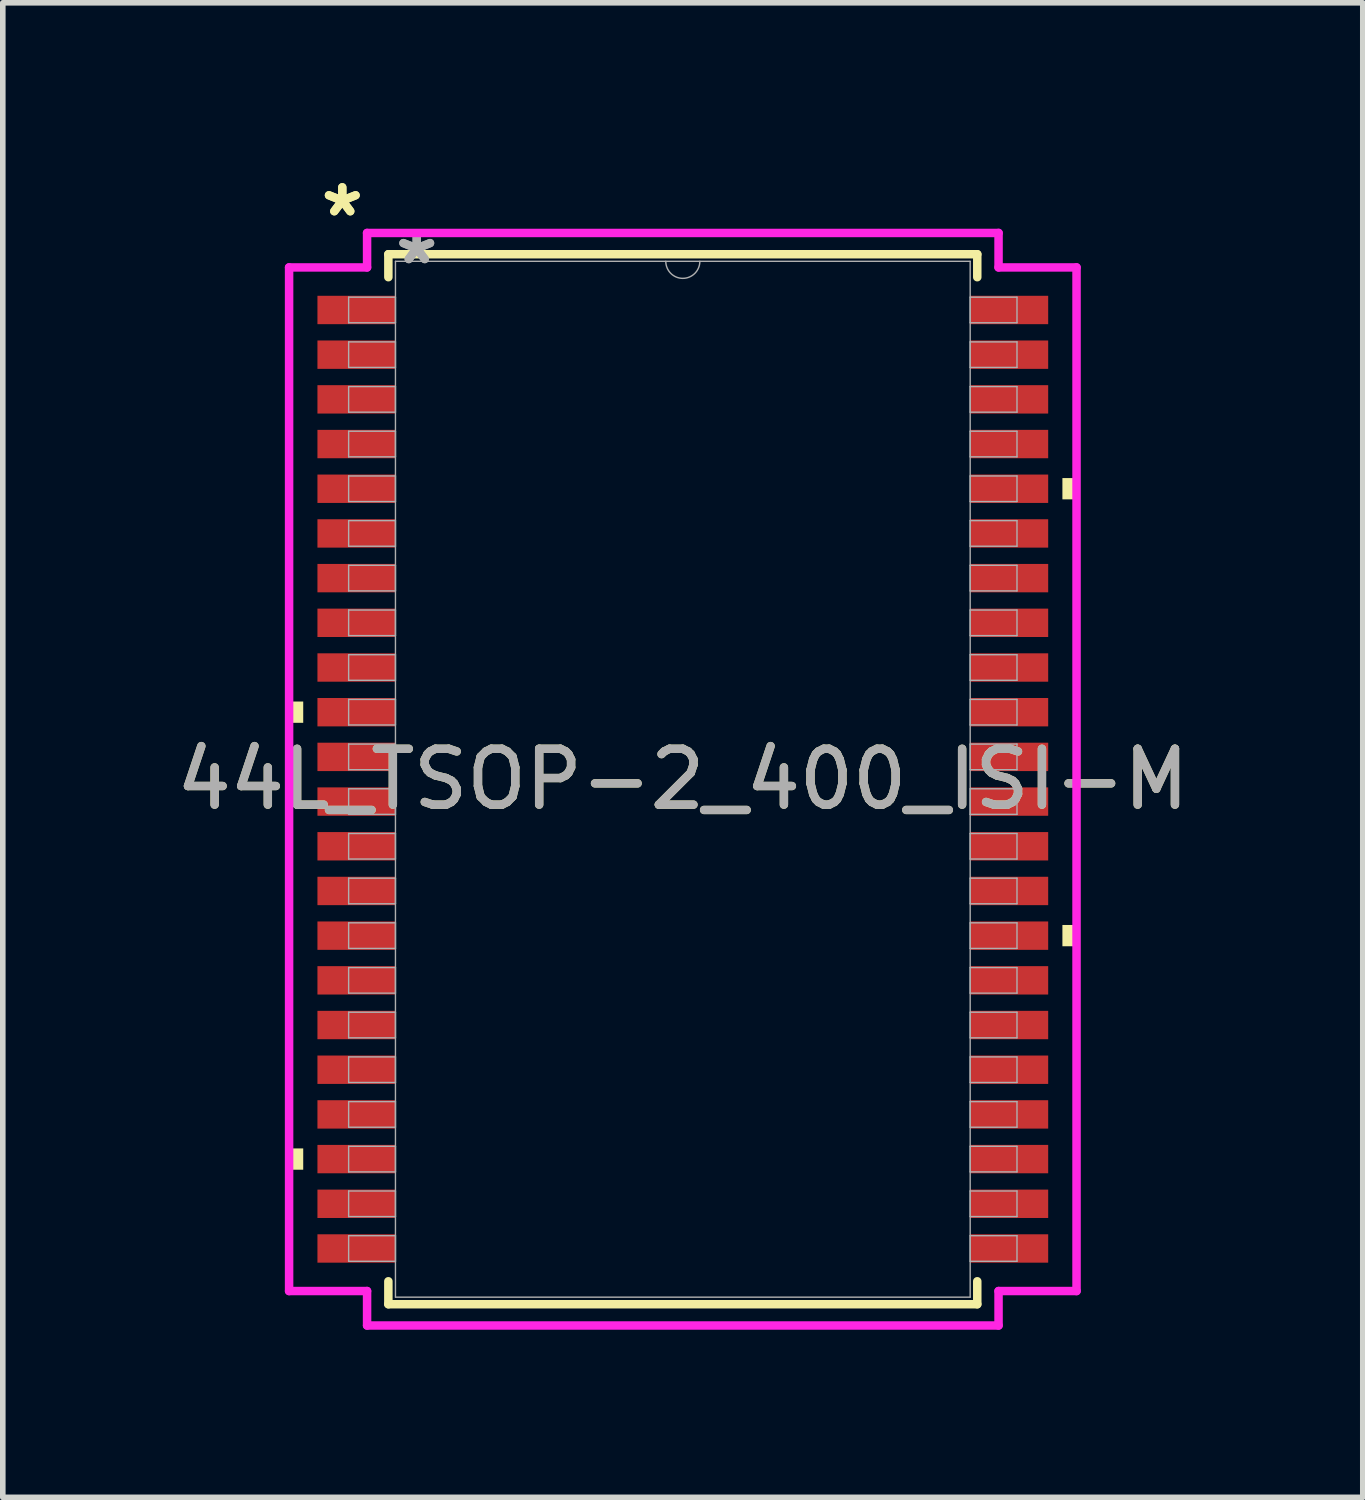
<source format=kicad_pcb>
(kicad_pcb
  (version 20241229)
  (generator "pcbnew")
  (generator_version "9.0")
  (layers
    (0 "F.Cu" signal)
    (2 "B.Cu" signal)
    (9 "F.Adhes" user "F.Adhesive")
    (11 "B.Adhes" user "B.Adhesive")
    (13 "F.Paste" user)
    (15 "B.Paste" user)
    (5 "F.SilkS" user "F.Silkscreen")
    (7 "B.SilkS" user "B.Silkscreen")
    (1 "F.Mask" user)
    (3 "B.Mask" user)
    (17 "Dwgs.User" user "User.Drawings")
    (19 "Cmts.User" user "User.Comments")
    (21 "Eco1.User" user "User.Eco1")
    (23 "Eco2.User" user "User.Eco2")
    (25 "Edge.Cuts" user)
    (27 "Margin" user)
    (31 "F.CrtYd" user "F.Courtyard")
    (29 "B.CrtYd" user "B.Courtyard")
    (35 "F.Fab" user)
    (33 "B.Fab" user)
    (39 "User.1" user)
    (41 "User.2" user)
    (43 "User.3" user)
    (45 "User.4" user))
  (footprint "44L_TSOP-2_400_ISI-M"
    (layer "F.Cu")
    (at 9.173 10.899)
    (property "Reference" "44L_TSOP-2_400_ISI-M" (at 0 0 0) (unlocked yes) (layer "F.SilkS") (effects (font (size 1 1) (thickness 0.15))))
    (attr smd)
    (fp_line (start -5.271 -9.398) (end -5.271 -8.987) (stroke (width 0.152) (type solid)) (layer "F.SilkS"))
    (fp_line (start -5.271 8.987) (end -5.271 9.398) (stroke (width 0.152) (type solid)) (layer "F.SilkS"))
    (fp_line (start -5.271 9.398) (end 5.271 9.398) (stroke (width 0.152) (type solid)) (layer "F.SilkS"))
    (fp_line (start 5.271 -9.398) (end -5.271 -9.398) (stroke (width 0.152) (type solid)) (layer "F.SilkS"))
    (fp_line (start 5.271 -8.987) (end 5.271 -9.398) (stroke (width 0.152) (type solid)) (layer "F.SilkS"))
    (fp_line (start 5.271 9.398) (end 5.271 8.987) (stroke (width 0.152) (type solid)) (layer "F.SilkS"))
    (fp_poly (pts (xy -7.048 -1.391) (xy -7.048 -1.01) (xy -6.795 -1.01) (xy -6.795 -1.391)) (stroke (width 0) (type solid)) (fill yes) (layer "F.SilkS"))
    (fp_poly (pts (xy -7.048 6.609) (xy -7.048 6.99) (xy -6.795 6.99) (xy -6.795 6.609)) (stroke (width 0) (type solid)) (fill yes) (layer "F.SilkS"))
    (fp_poly (pts (xy 7.048 -5.391) (xy 7.048 -5.01) (xy 6.795 -5.01) (xy 6.795 -5.391)) (stroke (width 0) (type solid)) (fill yes) (layer "F.SilkS"))
    (fp_poly (pts (xy 7.048 2.609) (xy 7.048 2.99) (xy 6.795 2.99) (xy 6.795 2.609)) (stroke (width 0) (type solid)) (fill yes) (layer "F.SilkS"))
    (fp_line (start -7.048 -9.162) (end -5.652 -9.162) (stroke (width 0.152) (type solid)) (layer "F.CrtYd"))
    (fp_line (start -7.048 9.162) (end -7.048 -9.162) (stroke (width 0.152) (type solid)) (layer "F.CrtYd"))
    (fp_line (start -7.048 9.162) (end -5.652 9.162) (stroke (width 0.152) (type solid)) (layer "F.CrtYd"))
    (fp_line (start -5.652 -9.779) (end 5.652 -9.779) (stroke (width 0.152) (type solid)) (layer "F.CrtYd"))
    (fp_line (start -5.652 -9.162) (end -5.652 -9.779) (stroke (width 0.152) (type solid)) (layer "F.CrtYd"))
    (fp_line (start -5.652 9.779) (end -5.652 9.162) (stroke (width 0.152) (type solid)) (layer "F.CrtYd"))
    (fp_line (start 5.652 -9.779) (end 5.652 -9.162) (stroke (width 0.152) (type solid)) (layer "F.CrtYd"))
    (fp_line (start 5.652 9.162) (end 5.652 9.779) (stroke (width 0.152) (type solid)) (layer "F.CrtYd"))
    (fp_line (start 5.652 9.779) (end -5.652 9.779) (stroke (width 0.152) (type solid)) (layer "F.CrtYd"))
    (fp_line (start 7.048 -9.162) (end 5.652 -9.162) (stroke (width 0.152) (type solid)) (layer "F.CrtYd"))
    (fp_line (start 7.048 -9.162) (end 7.048 9.162) (stroke (width 0.152) (type solid)) (layer "F.CrtYd"))
    (fp_line (start 7.048 9.162) (end 5.652 9.162) (stroke (width 0.152) (type solid)) (layer "F.CrtYd"))
    (fp_line (start -5.982 -8.629) (end -5.982 -8.171) (stroke (width 0.025) (type solid)) (layer "F.Fab"))
    (fp_line (start -5.982 -8.171) (end -5.144 -8.171) (stroke (width 0.025) (type solid)) (layer "F.Fab"))
    (fp_line (start -5.982 -7.829) (end -5.982 -7.371) (stroke (width 0.025) (type solid)) (layer "F.Fab"))
    (fp_line (start -5.982 -7.371) (end -5.144 -7.371) (stroke (width 0.025) (type solid)) (layer "F.Fab"))
    (fp_line (start -5.982 -7.029) (end -5.982 -6.571) (stroke (width 0.025) (type solid)) (layer "F.Fab"))
    (fp_line (start -5.982 -6.571) (end -5.144 -6.571) (stroke (width 0.025) (type solid)) (layer "F.Fab"))
    (fp_line (start -5.982 -6.229) (end -5.982 -5.771) (stroke (width 0.025) (type solid)) (layer "F.Fab"))
    (fp_line (start -5.982 -5.771) (end -5.144 -5.771) (stroke (width 0.025) (type solid)) (layer "F.Fab"))
    (fp_line (start -5.982 -5.429) (end -5.982 -4.971) (stroke (width 0.025) (type solid)) (layer "F.Fab"))
    (fp_line (start -5.982 -4.971) (end -5.144 -4.971) (stroke (width 0.025) (type solid)) (layer "F.Fab"))
    (fp_line (start -5.982 -4.629) (end -5.982 -4.171) (stroke (width 0.025) (type solid)) (layer "F.Fab"))
    (fp_line (start -5.982 -4.171) (end -5.144 -4.171) (stroke (width 0.025) (type solid)) (layer "F.Fab"))
    (fp_line (start -5.982 -3.829) (end -5.982 -3.371) (stroke (width 0.025) (type solid)) (layer "F.Fab"))
    (fp_line (start -5.982 -3.371) (end -5.144 -3.371) (stroke (width 0.025) (type solid)) (layer "F.Fab"))
    (fp_line (start -5.982 -3.029) (end -5.982 -2.571) (stroke (width 0.025) (type solid)) (layer "F.Fab"))
    (fp_line (start -5.982 -2.571) (end -5.144 -2.571) (stroke (width 0.025) (type solid)) (layer "F.Fab"))
    (fp_line (start -5.982 -2.229) (end -5.982 -1.771) (stroke (width 0.025) (type solid)) (layer "F.Fab"))
    (fp_line (start -5.982 -1.771) (end -5.144 -1.771) (stroke (width 0.025) (type solid)) (layer "F.Fab"))
    (fp_line (start -5.982 -1.429) (end -5.982 -0.971) (stroke (width 0.025) (type solid)) (layer "F.Fab"))
    (fp_line (start -5.982 -0.971) (end -5.144 -0.971) (stroke (width 0.025) (type solid)) (layer "F.Fab"))
    (fp_line (start -5.982 -0.629) (end -5.982 -0.171) (stroke (width 0.025) (type solid)) (layer "F.Fab"))
    (fp_line (start -5.982 -0.171) (end -5.144 -0.171) (stroke (width 0.025) (type solid)) (layer "F.Fab"))
    (fp_line (start -5.982 0.171) (end -5.982 0.629) (stroke (width 0.025) (type solid)) (layer "F.Fab"))
    (fp_line (start -5.982 0.629) (end -5.144 0.629) (stroke (width 0.025) (type solid)) (layer "F.Fab"))
    (fp_line (start -5.982 0.971) (end -5.982 1.429) (stroke (width 0.025) (type solid)) (layer "F.Fab"))
    (fp_line (start -5.982 1.429) (end -5.144 1.429) (stroke (width 0.025) (type solid)) (layer "F.Fab"))
    (fp_line (start -5.982 1.771) (end -5.982 2.229) (stroke (width 0.025) (type solid)) (layer "F.Fab"))
    (fp_line (start -5.982 2.229) (end -5.144 2.229) (stroke (width 0.025) (type solid)) (layer "F.Fab"))
    (fp_line (start -5.982 2.571) (end -5.982 3.029) (stroke (width 0.025) (type solid)) (layer "F.Fab"))
    (fp_line (start -5.982 3.029) (end -5.144 3.029) (stroke (width 0.025) (type solid)) (layer "F.Fab"))
    (fp_line (start -5.982 3.371) (end -5.982 3.829) (stroke (width 0.025) (type solid)) (layer "F.Fab"))
    (fp_line (start -5.982 3.829) (end -5.144 3.829) (stroke (width 0.025) (type solid)) (layer "F.Fab"))
    (fp_line (start -5.982 4.171) (end -5.982 4.629) (stroke (width 0.025) (type solid)) (layer "F.Fab"))
    (fp_line (start -5.982 4.629) (end -5.144 4.629) (stroke (width 0.025) (type solid)) (layer "F.Fab"))
    (fp_line (start -5.982 4.971) (end -5.982 5.429) (stroke (width 0.025) (type solid)) (layer "F.Fab"))
    (fp_line (start -5.982 5.429) (end -5.144 5.429) (stroke (width 0.025) (type solid)) (layer "F.Fab"))
    (fp_line (start -5.982 5.771) (end -5.982 6.229) (stroke (width 0.025) (type solid)) (layer "F.Fab"))
    (fp_line (start -5.982 6.229) (end -5.144 6.229) (stroke (width 0.025) (type solid)) (layer "F.Fab"))
    (fp_line (start -5.982 6.571) (end -5.982 7.029) (stroke (width 0.025) (type solid)) (layer "F.Fab"))
    (fp_line (start -5.982 7.029) (end -5.144 7.029) (stroke (width 0.025) (type solid)) (layer "F.Fab"))
    (fp_line (start -5.982 7.371) (end -5.982 7.829) (stroke (width 0.025) (type solid)) (layer "F.Fab"))
    (fp_line (start -5.982 7.829) (end -5.144 7.829) (stroke (width 0.025) (type solid)) (layer "F.Fab"))
    (fp_line (start -5.982 8.171) (end -5.982 8.629) (stroke (width 0.025) (type solid)) (layer "F.Fab"))
    (fp_line (start -5.982 8.629) (end -5.144 8.629) (stroke (width 0.025) (type solid)) (layer "F.Fab"))
    (fp_line (start -5.144 -9.271) (end -5.144 9.271) (stroke (width 0.025) (type solid)) (layer "F.Fab"))
    (fp_line (start -5.144 -8.629) (end -5.982 -8.629) (stroke (width 0.025) (type solid)) (layer "F.Fab"))
    (fp_line (start -5.144 -8.171) (end -5.144 -8.629) (stroke (width 0.025) (type solid)) (layer "F.Fab"))
    (fp_line (start -5.144 -7.829) (end -5.982 -7.829) (stroke (width 0.025) (type solid)) (layer "F.Fab"))
    (fp_line (start -5.144 -7.371) (end -5.144 -7.829) (stroke (width 0.025) (type solid)) (layer "F.Fab"))
    (fp_line (start -5.144 -7.029) (end -5.982 -7.029) (stroke (width 0.025) (type solid)) (layer "F.Fab"))
    (fp_line (start -5.144 -6.571) (end -5.144 -7.029) (stroke (width 0.025) (type solid)) (layer "F.Fab"))
    (fp_line (start -5.144 -6.229) (end -5.982 -6.229) (stroke (width 0.025) (type solid)) (layer "F.Fab"))
    (fp_line (start -5.144 -5.771) (end -5.144 -6.229) (stroke (width 0.025) (type solid)) (layer "F.Fab"))
    (fp_line (start -5.144 -5.429) (end -5.982 -5.429) (stroke (width 0.025) (type solid)) (layer "F.Fab"))
    (fp_line (start -5.144 -4.971) (end -5.144 -5.429) (stroke (width 0.025) (type solid)) (layer "F.Fab"))
    (fp_line (start -5.144 -4.629) (end -5.982 -4.629) (stroke (width 0.025) (type solid)) (layer "F.Fab"))
    (fp_line (start -5.144 -4.171) (end -5.144 -4.629) (stroke (width 0.025) (type solid)) (layer "F.Fab"))
    (fp_line (start -5.144 -3.829) (end -5.982 -3.829) (stroke (width 0.025) (type solid)) (layer "F.Fab"))
    (fp_line (start -5.144 -3.371) (end -5.144 -3.829) (stroke (width 0.025) (type solid)) (layer "F.Fab"))
    (fp_line (start -5.144 -3.029) (end -5.982 -3.029) (stroke (width 0.025) (type solid)) (layer "F.Fab"))
    (fp_line (start -5.144 -2.571) (end -5.144 -3.029) (stroke (width 0.025) (type solid)) (layer "F.Fab"))
    (fp_line (start -5.144 -2.229) (end -5.982 -2.229) (stroke (width 0.025) (type solid)) (layer "F.Fab"))
    (fp_line (start -5.144 -1.771) (end -5.144 -2.229) (stroke (width 0.025) (type solid)) (layer "F.Fab"))
    (fp_line (start -5.144 -1.429) (end -5.982 -1.429) (stroke (width 0.025) (type solid)) (layer "F.Fab"))
    (fp_line (start -5.144 -0.971) (end -5.144 -1.429) (stroke (width 0.025) (type solid)) (layer "F.Fab"))
    (fp_line (start -5.144 -0.629) (end -5.982 -0.629) (stroke (width 0.025) (type solid)) (layer "F.Fab"))
    (fp_line (start -5.144 -0.171) (end -5.144 -0.629) (stroke (width 0.025) (type solid)) (layer "F.Fab"))
    (fp_line (start -5.144 0.171) (end -5.982 0.171) (stroke (width 0.025) (type solid)) (layer "F.Fab"))
    (fp_line (start -5.144 0.629) (end -5.144 0.171) (stroke (width 0.025) (type solid)) (layer "F.Fab"))
    (fp_line (start -5.144 0.971) (end -5.982 0.971) (stroke (width 0.025) (type solid)) (layer "F.Fab"))
    (fp_line (start -5.144 1.429) (end -5.144 0.971) (stroke (width 0.025) (type solid)) (layer "F.Fab"))
    (fp_line (start -5.144 1.771) (end -5.982 1.771) (stroke (width 0.025) (type solid)) (layer "F.Fab"))
    (fp_line (start -5.144 2.229) (end -5.144 1.771) (stroke (width 0.025) (type solid)) (layer "F.Fab"))
    (fp_line (start -5.144 2.571) (end -5.982 2.571) (stroke (width 0.025) (type solid)) (layer "F.Fab"))
    (fp_line (start -5.144 3.029) (end -5.144 2.571) (stroke (width 0.025) (type solid)) (layer "F.Fab"))
    (fp_line (start -5.144 3.371) (end -5.982 3.371) (stroke (width 0.025) (type solid)) (layer "F.Fab"))
    (fp_line (start -5.144 3.829) (end -5.144 3.371) (stroke (width 0.025) (type solid)) (layer "F.Fab"))
    (fp_line (start -5.144 4.171) (end -5.982 4.171) (stroke (width 0.025) (type solid)) (layer "F.Fab"))
    (fp_line (start -5.144 4.629) (end -5.144 4.171) (stroke (width 0.025) (type solid)) (layer "F.Fab"))
    (fp_line (start -5.144 4.971) (end -5.982 4.971) (stroke (width 0.025) (type solid)) (layer "F.Fab"))
    (fp_line (start -5.144 5.429) (end -5.144 4.971) (stroke (width 0.025) (type solid)) (layer "F.Fab"))
    (fp_line (start -5.144 5.771) (end -5.982 5.771) (stroke (width 0.025) (type solid)) (layer "F.Fab"))
    (fp_line (start -5.144 6.229) (end -5.144 5.771) (stroke (width 0.025) (type solid)) (layer "F.Fab"))
    (fp_line (start -5.144 6.571) (end -5.982 6.571) (stroke (width 0.025) (type solid)) (layer "F.Fab"))
    (fp_line (start -5.144 7.029) (end -5.144 6.571) (stroke (width 0.025) (type solid)) (layer "F.Fab"))
    (fp_line (start -5.144 7.371) (end -5.982 7.371) (stroke (width 0.025) (type solid)) (layer "F.Fab"))
    (fp_line (start -5.144 7.829) (end -5.144 7.371) (stroke (width 0.025) (type solid)) (layer "F.Fab"))
    (fp_line (start -5.144 8.171) (end -5.982 8.171) (stroke (width 0.025) (type solid)) (layer "F.Fab"))
    (fp_line (start -5.144 8.629) (end -5.144 8.171) (stroke (width 0.025) (type solid)) (layer "F.Fab"))
    (fp_line (start -5.144 9.271) (end 5.144 9.271) (stroke (width 0.025) (type solid)) (layer "F.Fab"))
    (fp_line (start 5.144 -9.271) (end -5.144 -9.271) (stroke (width 0.025) (type solid)) (layer "F.Fab"))
    (fp_line (start 5.144 -8.629) (end 5.144 -8.171) (stroke (width 0.025) (type solid)) (layer "F.Fab"))
    (fp_line (start 5.144 -8.171) (end 5.982 -8.171) (stroke (width 0.025) (type solid)) (layer "F.Fab"))
    (fp_line (start 5.144 -7.829) (end 5.144 -7.371) (stroke (width 0.025) (type solid)) (layer "F.Fab"))
    (fp_line (start 5.144 -7.371) (end 5.982 -7.371) (stroke (width 0.025) (type solid)) (layer "F.Fab"))
    (fp_line (start 5.144 -7.029) (end 5.144 -6.571) (stroke (width 0.025) (type solid)) (layer "F.Fab"))
    (fp_line (start 5.144 -6.571) (end 5.982 -6.571) (stroke (width 0.025) (type solid)) (layer "F.Fab"))
    (fp_line (start 5.144 -6.229) (end 5.144 -5.771) (stroke (width 0.025) (type solid)) (layer "F.Fab"))
    (fp_line (start 5.144 -5.771) (end 5.982 -5.771) (stroke (width 0.025) (type solid)) (layer "F.Fab"))
    (fp_line (start 5.144 -5.429) (end 5.144 -4.971) (stroke (width 0.025) (type solid)) (layer "F.Fab"))
    (fp_line (start 5.144 -4.971) (end 5.982 -4.971) (stroke (width 0.025) (type solid)) (layer "F.Fab"))
    (fp_line (start 5.144 -4.629) (end 5.144 -4.171) (stroke (width 0.025) (type solid)) (layer "F.Fab"))
    (fp_line (start 5.144 -4.171) (end 5.982 -4.171) (stroke (width 0.025) (type solid)) (layer "F.Fab"))
    (fp_line (start 5.144 -3.829) (end 5.144 -3.371) (stroke (width 0.025) (type solid)) (layer "F.Fab"))
    (fp_line (start 5.144 -3.371) (end 5.982 -3.371) (stroke (width 0.025) (type solid)) (layer "F.Fab"))
    (fp_line (start 5.144 -3.029) (end 5.144 -2.571) (stroke (width 0.025) (type solid)) (layer "F.Fab"))
    (fp_line (start 5.144 -2.571) (end 5.982 -2.571) (stroke (width 0.025) (type solid)) (layer "F.Fab"))
    (fp_line (start 5.144 -2.229) (end 5.144 -1.771) (stroke (width 0.025) (type solid)) (layer "F.Fab"))
    (fp_line (start 5.144 -1.771) (end 5.982 -1.771) (stroke (width 0.025) (type solid)) (layer "F.Fab"))
    (fp_line (start 5.144 -1.429) (end 5.144 -0.971) (stroke (width 0.025) (type solid)) (layer "F.Fab"))
    (fp_line (start 5.144 -0.971) (end 5.982 -0.971) (stroke (width 0.025) (type solid)) (layer "F.Fab"))
    (fp_line (start 5.144 -0.629) (end 5.144 -0.171) (stroke (width 0.025) (type solid)) (layer "F.Fab"))
    (fp_line (start 5.144 -0.171) (end 5.982 -0.171) (stroke (width 0.025) (type solid)) (layer "F.Fab"))
    (fp_line (start 5.144 0.171) (end 5.144 0.629) (stroke (width 0.025) (type solid)) (layer "F.Fab"))
    (fp_line (start 5.144 0.629) (end 5.982 0.629) (stroke (width 0.025) (type solid)) (layer "F.Fab"))
    (fp_line (start 5.144 0.971) (end 5.144 1.429) (stroke (width 0.025) (type solid)) (layer "F.Fab"))
    (fp_line (start 5.144 1.429) (end 5.982 1.429) (stroke (width 0.025) (type solid)) (layer "F.Fab"))
    (fp_line (start 5.144 1.771) (end 5.144 2.229) (stroke (width 0.025) (type solid)) (layer "F.Fab"))
    (fp_line (start 5.144 2.229) (end 5.982 2.229) (stroke (width 0.025) (type solid)) (layer "F.Fab"))
    (fp_line (start 5.144 2.571) (end 5.144 3.029) (stroke (width 0.025) (type solid)) (layer "F.Fab"))
    (fp_line (start 5.144 3.029) (end 5.982 3.029) (stroke (width 0.025) (type solid)) (layer "F.Fab"))
    (fp_line (start 5.144 3.371) (end 5.144 3.829) (stroke (width 0.025) (type solid)) (layer "F.Fab"))
    (fp_line (start 5.144 3.829) (end 5.982 3.829) (stroke (width 0.025) (type solid)) (layer "F.Fab"))
    (fp_line (start 5.144 4.171) (end 5.144 4.629) (stroke (width 0.025) (type solid)) (layer "F.Fab"))
    (fp_line (start 5.144 4.629) (end 5.982 4.629) (stroke (width 0.025) (type solid)) (layer "F.Fab"))
    (fp_line (start 5.144 4.971) (end 5.144 5.429) (stroke (width 0.025) (type solid)) (layer "F.Fab"))
    (fp_line (start 5.144 5.429) (end 5.982 5.429) (stroke (width 0.025) (type solid)) (layer "F.Fab"))
    (fp_line (start 5.144 5.771) (end 5.144 6.229) (stroke (width 0.025) (type solid)) (layer "F.Fab"))
    (fp_line (start 5.144 6.229) (end 5.982 6.229) (stroke (width 0.025) (type solid)) (layer "F.Fab"))
    (fp_line (start 5.144 6.571) (end 5.144 7.029) (stroke (width 0.025) (type solid)) (layer "F.Fab"))
    (fp_line (start 5.144 7.029) (end 5.982 7.029) (stroke (width 0.025) (type solid)) (layer "F.Fab"))
    (fp_line (start 5.144 7.371) (end 5.144 7.829) (stroke (width 0.025) (type solid)) (layer "F.Fab"))
    (fp_line (start 5.144 7.829) (end 5.982 7.829) (stroke (width 0.025) (type solid)) (layer "F.Fab"))
    (fp_line (start 5.144 8.171) (end 5.144 8.629) (stroke (width 0.025) (type solid)) (layer "F.Fab"))
    (fp_line (start 5.144 8.629) (end 5.982 8.629) (stroke (width 0.025) (type solid)) (layer "F.Fab"))
    (fp_line (start 5.144 9.271) (end 5.144 -9.271) (stroke (width 0.025) (type solid)) (layer "F.Fab"))
    (fp_line (start 5.982 -8.629) (end 5.144 -8.629) (stroke (width 0.025) (type solid)) (layer "F.Fab"))
    (fp_line (start 5.982 -8.171) (end 5.982 -8.629) (stroke (width 0.025) (type solid)) (layer "F.Fab"))
    (fp_line (start 5.982 -7.829) (end 5.144 -7.829) (stroke (width 0.025) (type solid)) (layer "F.Fab"))
    (fp_line (start 5.982 -7.371) (end 5.982 -7.829) (stroke (width 0.025) (type solid)) (layer "F.Fab"))
    (fp_line (start 5.982 -7.029) (end 5.144 -7.029) (stroke (width 0.025) (type solid)) (layer "F.Fab"))
    (fp_line (start 5.982 -6.571) (end 5.982 -7.029) (stroke (width 0.025) (type solid)) (layer "F.Fab"))
    (fp_line (start 5.982 -6.229) (end 5.144 -6.229) (stroke (width 0.025) (type solid)) (layer "F.Fab"))
    (fp_line (start 5.982 -5.771) (end 5.982 -6.229) (stroke (width 0.025) (type solid)) (layer "F.Fab"))
    (fp_line (start 5.982 -5.429) (end 5.144 -5.429) (stroke (width 0.025) (type solid)) (layer "F.Fab"))
    (fp_line (start 5.982 -4.971) (end 5.982 -5.429) (stroke (width 0.025) (type solid)) (layer "F.Fab"))
    (fp_line (start 5.982 -4.629) (end 5.144 -4.629) (stroke (width 0.025) (type solid)) (layer "F.Fab"))
    (fp_line (start 5.982 -4.171) (end 5.982 -4.629) (stroke (width 0.025) (type solid)) (layer "F.Fab"))
    (fp_line (start 5.982 -3.829) (end 5.144 -3.829) (stroke (width 0.025) (type solid)) (layer "F.Fab"))
    (fp_line (start 5.982 -3.371) (end 5.982 -3.829) (stroke (width 0.025) (type solid)) (layer "F.Fab"))
    (fp_line (start 5.982 -3.029) (end 5.144 -3.029) (stroke (width 0.025) (type solid)) (layer "F.Fab"))
    (fp_line (start 5.982 -2.571) (end 5.982 -3.029) (stroke (width 0.025) (type solid)) (layer "F.Fab"))
    (fp_line (start 5.982 -2.229) (end 5.144 -2.229) (stroke (width 0.025) (type solid)) (layer "F.Fab"))
    (fp_line (start 5.982 -1.771) (end 5.982 -2.229) (stroke (width 0.025) (type solid)) (layer "F.Fab"))
    (fp_line (start 5.982 -1.429) (end 5.144 -1.429) (stroke (width 0.025) (type solid)) (layer "F.Fab"))
    (fp_line (start 5.982 -0.971) (end 5.982 -1.429) (stroke (width 0.025) (type solid)) (layer "F.Fab"))
    (fp_line (start 5.982 -0.629) (end 5.144 -0.629) (stroke (width 0.025) (type solid)) (layer "F.Fab"))
    (fp_line (start 5.982 -0.171) (end 5.982 -0.629) (stroke (width 0.025) (type solid)) (layer "F.Fab"))
    (fp_line (start 5.982 0.171) (end 5.144 0.171) (stroke (width 0.025) (type solid)) (layer "F.Fab"))
    (fp_line (start 5.982 0.629) (end 5.982 0.171) (stroke (width 0.025) (type solid)) (layer "F.Fab"))
    (fp_line (start 5.982 0.971) (end 5.144 0.971) (stroke (width 0.025) (type solid)) (layer "F.Fab"))
    (fp_line (start 5.982 1.429) (end 5.982 0.971) (stroke (width 0.025) (type solid)) (layer "F.Fab"))
    (fp_line (start 5.982 1.771) (end 5.144 1.771) (stroke (width 0.025) (type solid)) (layer "F.Fab"))
    (fp_line (start 5.982 2.229) (end 5.982 1.771) (stroke (width 0.025) (type solid)) (layer "F.Fab"))
    (fp_line (start 5.982 2.571) (end 5.144 2.571) (stroke (width 0.025) (type solid)) (layer "F.Fab"))
    (fp_line (start 5.982 3.029) (end 5.982 2.571) (stroke (width 0.025) (type solid)) (layer "F.Fab"))
    (fp_line (start 5.982 3.371) (end 5.144 3.371) (stroke (width 0.025) (type solid)) (layer "F.Fab"))
    (fp_line (start 5.982 3.829) (end 5.982 3.371) (stroke (width 0.025) (type solid)) (layer "F.Fab"))
    (fp_line (start 5.982 4.171) (end 5.144 4.171) (stroke (width 0.025) (type solid)) (layer "F.Fab"))
    (fp_line (start 5.982 4.629) (end 5.982 4.171) (stroke (width 0.025) (type solid)) (layer "F.Fab"))
    (fp_line (start 5.982 4.971) (end 5.144 4.971) (stroke (width 0.025) (type solid)) (layer "F.Fab"))
    (fp_line (start 5.982 5.429) (end 5.982 4.971) (stroke (width 0.025) (type solid)) (layer "F.Fab"))
    (fp_line (start 5.982 5.771) (end 5.144 5.771) (stroke (width 0.025) (type solid)) (layer "F.Fab"))
    (fp_line (start 5.982 6.229) (end 5.982 5.771) (stroke (width 0.025) (type solid)) (layer "F.Fab"))
    (fp_line (start 5.982 6.571) (end 5.144 6.571) (stroke (width 0.025) (type solid)) (layer "F.Fab"))
    (fp_line (start 5.982 7.029) (end 5.982 6.571) (stroke (width 0.025) (type solid)) (layer "F.Fab"))
    (fp_line (start 5.982 7.371) (end 5.144 7.371) (stroke (width 0.025) (type solid)) (layer "F.Fab"))
    (fp_line (start 5.982 7.829) (end 5.982 7.371) (stroke (width 0.025) (type solid)) (layer "F.Fab"))
    (fp_line (start 5.982 8.171) (end 5.144 8.171) (stroke (width 0.025) (type solid)) (layer "F.Fab"))
    (fp_line (start 5.982 8.629) (end 5.982 8.171) (stroke (width 0.025) (type solid)) (layer "F.Fab"))
    (fp_arc (start 0.3048 -9.271) (mid 0 -8.9662) (end -0.3048 -9.271) (stroke (width 0.0254) (type solid)) (layer "F.Fab"))
    (fp_text user "*" (at -6.096 -10.051 0) (layer "F.SilkS") (effects (font (size 1 1) (thickness 0.15))))
    (fp_text user "*" (at -6.096 -10.051 0) (unlocked yes) (layer "F.SilkS") (effects (font (size 1 1) (thickness 0.15))))
    (fp_text user "${REFERENCE}" (at 0 0 0) (unlocked yes) (layer "F.Fab") (effects (font (size 1 1) (thickness 0.15))))
    (fp_text user "*" (at -4.763 -9.195 0) (layer "F.Fab") (effects (font (size 1 1) (thickness 0.15))))
    (fp_text user "*" (at -4.763 -9.195 0) (unlocked yes) (layer "F.Fab") (effects (font (size 1 1) (thickness 0.15))))
    (pad "1" smd rect (at -5.842 -8.4) (size 1.397 0.508) (layers "F.Cu" "F.Mask" "F.Paste"))
    (pad "2" smd rect (at -5.842 -7.6) (size 1.397 0.508) (layers "F.Cu" "F.Mask" "F.Paste"))
    (pad "3" smd rect (at -5.842 -6.8) (size 1.397 0.508) (layers "F.Cu" "F.Mask" "F.Paste"))
    (pad "4" smd rect (at -5.842 -6) (size 1.397 0.508) (layers "F.Cu" "F.Mask" "F.Paste"))
    (pad "5" smd rect (at -5.842 -5.2) (size 1.397 0.508) (layers "F.Cu" "F.Mask" "F.Paste"))
    (pad "6" smd rect (at -5.842 -4.4) (size 1.397 0.508) (layers "F.Cu" "F.Mask" "F.Paste"))
    (pad "7" smd rect (at -5.842 -3.6) (size 1.397 0.508) (layers "F.Cu" "F.Mask" "F.Paste"))
    (pad "8" smd rect (at -5.842 -2.8) (size 1.397 0.508) (layers "F.Cu" "F.Mask" "F.Paste"))
    (pad "9" smd rect (at -5.842 -2) (size 1.397 0.508) (layers "F.Cu" "F.Mask" "F.Paste"))
    (pad "10" smd rect (at -5.842 -1.2) (size 1.397 0.508) (layers "F.Cu" "F.Mask" "F.Paste"))
    (pad "11" smd rect (at -5.842 -0.4) (size 1.397 0.508) (layers "F.Cu" "F.Mask" "F.Paste"))
    (pad "12" smd rect (at -5.842 0.4) (size 1.397 0.508) (layers "F.Cu" "F.Mask" "F.Paste"))
    (pad "13" smd rect (at -5.842 1.2) (size 1.397 0.508) (layers "F.Cu" "F.Mask" "F.Paste"))
    (pad "14" smd rect (at -5.842 2) (size 1.397 0.508) (layers "F.Cu" "F.Mask" "F.Paste"))
    (pad "15" smd rect (at -5.842 2.8) (size 1.397 0.508) (layers "F.Cu" "F.Mask" "F.Paste"))
    (pad "16" smd rect (at -5.842 3.6) (size 1.397 0.508) (layers "F.Cu" "F.Mask" "F.Paste"))
    (pad "17" smd rect (at -5.842 4.4) (size 1.397 0.508) (layers "F.Cu" "F.Mask" "F.Paste"))
    (pad "18" smd rect (at -5.842 5.2) (size 1.397 0.508) (layers "F.Cu" "F.Mask" "F.Paste"))
    (pad "19" smd rect (at -5.842 6) (size 1.397 0.508) (layers "F.Cu" "F.Mask" "F.Paste"))
    (pad "20" smd rect (at -5.842 6.8) (size 1.397 0.508) (layers "F.Cu" "F.Mask" "F.Paste"))
    (pad "21" smd rect (at -5.842 7.6) (size 1.397 0.508) (layers "F.Cu" "F.Mask" "F.Paste"))
    (pad "22" smd rect (at -5.842 8.4) (size 1.397 0.508) (layers "F.Cu" "F.Mask" "F.Paste"))
    (pad "23" smd rect (at 5.842 8.4) (size 1.397 0.508) (layers "F.Cu" "F.Mask" "F.Paste"))
    (pad "24" smd rect (at 5.842 7.6) (size 1.397 0.508) (layers "F.Cu" "F.Mask" "F.Paste"))
    (pad "25" smd rect (at 5.842 6.8) (size 1.397 0.508) (layers "F.Cu" "F.Mask" "F.Paste"))
    (pad "26" smd rect (at 5.842 6) (size 1.397 0.508) (layers "F.Cu" "F.Mask" "F.Paste"))
    (pad "27" smd rect (at 5.842 5.2) (size 1.397 0.508) (layers "F.Cu" "F.Mask" "F.Paste"))
    (pad "28" smd rect (at 5.842 4.4) (size 1.397 0.508) (layers "F.Cu" "F.Mask" "F.Paste"))
    (pad "29" smd rect (at 5.842 3.6) (size 1.397 0.508) (layers "F.Cu" "F.Mask" "F.Paste"))
    (pad "30" smd rect (at 5.842 2.8) (size 1.397 0.508) (layers "F.Cu" "F.Mask" "F.Paste"))
    (pad "31" smd rect (at 5.842 2) (size 1.397 0.508) (layers "F.Cu" "F.Mask" "F.Paste"))
    (pad "32" smd rect (at 5.842 1.2) (size 1.397 0.508) (layers "F.Cu" "F.Mask" "F.Paste"))
    (pad "33" smd rect (at 5.842 0.4) (size 1.397 0.508) (layers "F.Cu" "F.Mask" "F.Paste"))
    (pad "34" smd rect (at 5.842 -0.4) (size 1.397 0.508) (layers "F.Cu" "F.Mask" "F.Paste"))
    (pad "35" smd rect (at 5.842 -1.2) (size 1.397 0.508) (layers "F.Cu" "F.Mask" "F.Paste"))
    (pad "36" smd rect (at 5.842 -2) (size 1.397 0.508) (layers "F.Cu" "F.Mask" "F.Paste"))
    (pad "37" smd rect (at 5.842 -2.8) (size 1.397 0.508) (layers "F.Cu" "F.Mask" "F.Paste"))
    (pad "38" smd rect (at 5.842 -3.6) (size 1.397 0.508) (layers "F.Cu" "F.Mask" "F.Paste"))
    (pad "39" smd rect (at 5.842 -4.4) (size 1.397 0.508) (layers "F.Cu" "F.Mask" "F.Paste"))
    (pad "40" smd rect (at 5.842 -5.2) (size 1.397 0.508) (layers "F.Cu" "F.Mask" "F.Paste"))
    (pad "41" smd rect (at 5.842 -6) (size 1.397 0.508) (layers "F.Cu" "F.Mask" "F.Paste"))
    (pad "42" smd rect (at 5.842 -6.8) (size 1.397 0.508) (layers "F.Cu" "F.Mask" "F.Paste"))
    (pad "43" smd rect (at 5.842 -7.6) (size 1.397 0.508) (layers "F.Cu" "F.Mask" "F.Paste"))
    (pad "44" smd rect (at 5.842 -8.4) (size 1.397 0.508) (layers "F.Cu" "F.Mask" "F.Paste")))
  (gr_rect
    (start -3 -3)
    (end 21.345 23.754)
    (stroke (width 0.1) (type default))
    (fill no)
    (layer "Edge.Cuts")))
</source>
